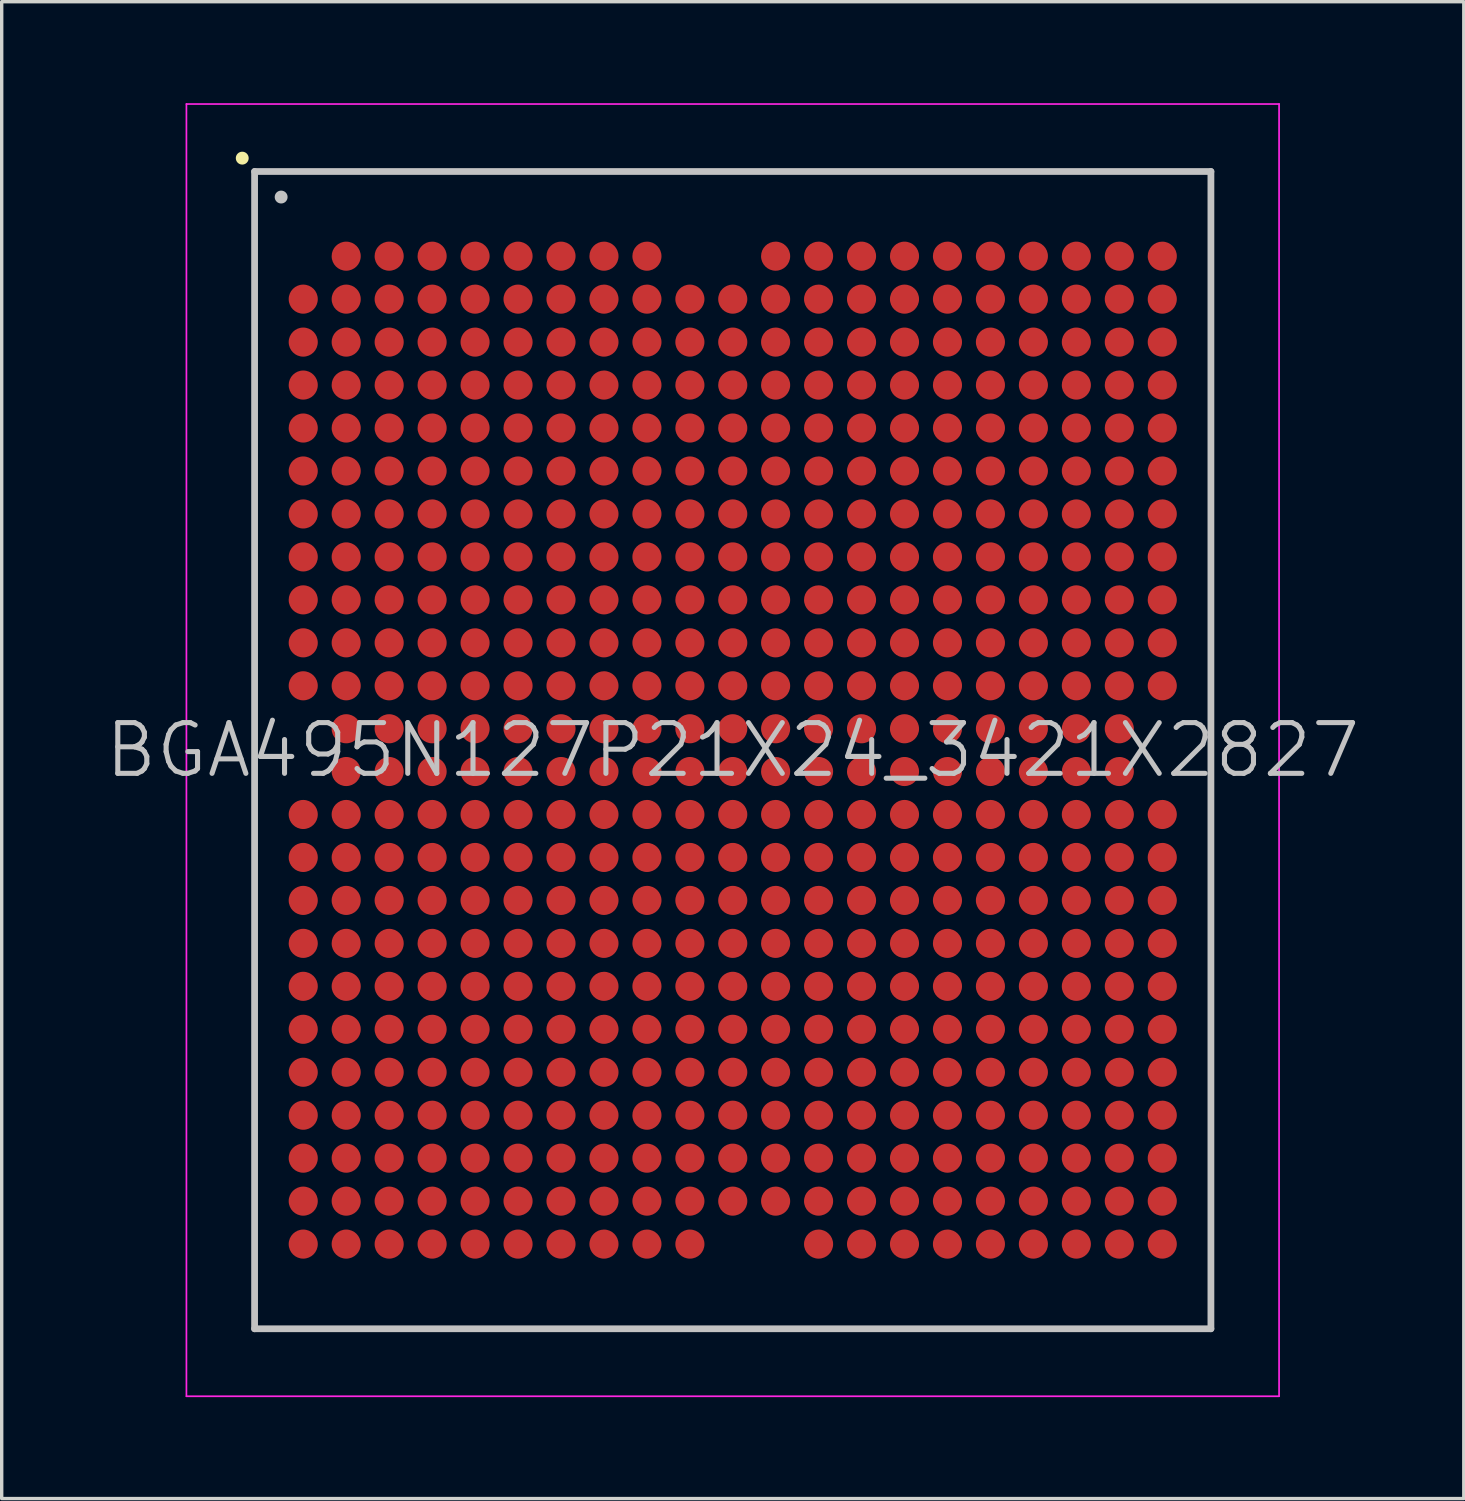
<source format=kicad_pcb>
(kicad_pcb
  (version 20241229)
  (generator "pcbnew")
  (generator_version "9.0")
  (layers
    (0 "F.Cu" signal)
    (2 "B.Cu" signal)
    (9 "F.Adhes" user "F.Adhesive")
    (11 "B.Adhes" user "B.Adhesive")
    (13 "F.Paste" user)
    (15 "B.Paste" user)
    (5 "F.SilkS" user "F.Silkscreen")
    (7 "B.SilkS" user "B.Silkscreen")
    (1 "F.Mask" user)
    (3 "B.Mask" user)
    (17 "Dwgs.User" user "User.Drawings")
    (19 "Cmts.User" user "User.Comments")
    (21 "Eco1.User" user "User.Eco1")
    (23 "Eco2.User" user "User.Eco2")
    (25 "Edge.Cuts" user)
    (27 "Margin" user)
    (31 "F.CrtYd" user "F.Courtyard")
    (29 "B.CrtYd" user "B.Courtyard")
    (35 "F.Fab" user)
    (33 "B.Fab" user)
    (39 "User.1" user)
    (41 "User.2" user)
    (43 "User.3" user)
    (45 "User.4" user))
  (footprint "BGA495N127P21X24_3421X2827"
    (layer "F.Cu")
    (at 18.611 19.125)
    (property "Reference" "BGA495N127P21X24_3421X2827" (at 0 0 0) (layer "Dwgs.User") (effects (font (size 1.5 1.5) (thickness 0.15))))
    (attr smd)
    (fp_line (start -14.5 -17.5) (end -14.5 -17.5) (stroke (width 0.381) (type solid)) (layer "F.SilkS"))
    (fp_line (start -14.135 -17.105) (end -14.135 17.105) (stroke (width 0.2) (type solid)) (layer "Dwgs.User"))
    (fp_line (start -14.135 -17.105) (end 14.135 -17.105) (stroke (width 0.2) (type solid)) (layer "Dwgs.User"))
    (fp_line (start -14.135 17.105) (end 14.135 17.105) (stroke (width 0.2) (type solid)) (layer "Dwgs.User"))
    (fp_line (start -13.35 -16.35) (end -13.35 -16.35) (stroke (width 0.381) (type solid)) (layer "Dwgs.User"))
    (fp_line (start 14.135 -17.105) (end 14.135 17.105) (stroke (width 0.2) (type solid)) (layer "Dwgs.User"))
    (fp_line (start -16.15 -19.1) (end -16.15 19.1) (stroke (width 0.05) (type solid)) (layer "F.CrtYd"))
    (fp_line (start -16.15 -19.1) (end 16.15 -19.1) (stroke (width 0.05) (type solid)) (layer "F.CrtYd"))
    (fp_line (start -16.15 19.1) (end 16.15 19.1) (stroke (width 0.05) (type solid)) (layer "F.CrtYd"))
    (fp_line (start 16.15 -19.1) (end 16.15 19.1) (stroke (width 0.05) (type solid)) (layer "F.CrtYd"))
    (pad "A2" smd circle (at -11.427 -14.602 270) (size 0.86 0.86) (layers "F.Cu" "F.Mask" "F.Paste"))
    (pad "A3" smd circle (at -10.157 -14.602 270) (size 0.86 0.86) (layers "F.Cu" "F.Mask" "F.Paste"))
    (pad "A4" smd circle (at -8.887 -14.602 270) (size 0.86 0.86) (layers "F.Cu" "F.Mask" "F.Paste"))
    (pad "A5" smd circle (at -7.617 -14.602 270) (size 0.86 0.86) (layers "F.Cu" "F.Mask" "F.Paste"))
    (pad "A6" smd circle (at -6.347 -14.602 270) (size 0.86 0.86) (layers "F.Cu" "F.Mask" "F.Paste"))
    (pad "A7" smd circle (at -5.077 -14.602 270) (size 0.86 0.86) (layers "F.Cu" "F.Mask" "F.Paste"))
    (pad "A8" smd circle (at -3.807 -14.602 270) (size 0.86 0.86) (layers "F.Cu" "F.Mask" "F.Paste"))
    (pad "A9" smd circle (at -2.537 -14.602 270) (size 0.86 0.86) (layers "F.Cu" "F.Mask" "F.Paste"))
    (pad "A12" smd circle (at 1.267 -14.602 270) (size 0.86 0.86) (layers "F.Cu" "F.Mask" "F.Paste"))
    (pad "A13" smd circle (at 2.537 -14.602 270) (size 0.86 0.86) (layers "F.Cu" "F.Mask" "F.Paste"))
    (pad "A14" smd circle (at 3.807 -14.602 270) (size 0.86 0.86) (layers "F.Cu" "F.Mask" "F.Paste"))
    (pad "A15" smd circle (at 5.077 -14.602 270) (size 0.86 0.86) (layers "F.Cu" "F.Mask" "F.Paste"))
    (pad "A16" smd circle (at 6.347 -14.602 270) (size 0.86 0.86) (layers "F.Cu" "F.Mask" "F.Paste"))
    (pad "A17" smd circle (at 7.617 -14.602 270) (size 0.86 0.86) (layers "F.Cu" "F.Mask" "F.Paste"))
    (pad "A18" smd circle (at 8.887 -14.602 270) (size 0.86 0.86) (layers "F.Cu" "F.Mask" "F.Paste"))
    (pad "A19" smd circle (at 10.157 -14.602 270) (size 0.86 0.86) (layers "F.Cu" "F.Mask" "F.Paste"))
    (pad "A20" smd circle (at 11.427 -14.602 270) (size 0.86 0.86) (layers "F.Cu" "F.Mask" "F.Paste"))
    (pad "A21" smd circle (at 12.697 -14.602 270) (size 0.86 0.86) (layers "F.Cu" "F.Mask" "F.Paste"))
    (pad "AA1" smd circle (at -12.697 10.792 270) (size 0.86 0.86) (layers "F.Cu" "F.Mask" "F.Paste"))
    (pad "AA2" smd circle (at -11.427 10.792 270) (size 0.86 0.86) (layers "F.Cu" "F.Mask" "F.Paste"))
    (pad "AA3" smd circle (at -10.157 10.792 270) (size 0.86 0.86) (layers "F.Cu" "F.Mask" "F.Paste"))
    (pad "AA4" smd circle (at -8.887 10.792 270) (size 0.86 0.86) (layers "F.Cu" "F.Mask" "F.Paste"))
    (pad "AA5" smd circle (at -7.617 10.792 270) (size 0.86 0.86) (layers "F.Cu" "F.Mask" "F.Paste"))
    (pad "AA6" smd circle (at -6.347 10.792 270) (size 0.86 0.86) (layers "F.Cu" "F.Mask" "F.Paste"))
    (pad "AA7" smd circle (at -5.077 10.792 270) (size 0.86 0.86) (layers "F.Cu" "F.Mask" "F.Paste"))
    (pad "AA8" smd circle (at -3.807 10.792 270) (size 0.86 0.86) (layers "F.Cu" "F.Mask" "F.Paste"))
    (pad "AA9" smd circle (at -2.537 10.792 270) (size 0.86 0.86) (layers "F.Cu" "F.Mask" "F.Paste"))
    (pad "AA10" smd circle (at -1.267 10.792 270) (size 0.86 0.86) (layers "F.Cu" "F.Mask" "F.Paste"))
    (pad "AA11" smd circle (at 0 10.792 270) (size 0.86 0.86) (layers "F.Cu" "F.Mask" "F.Paste"))
    (pad "AA12" smd circle (at 1.267 10.792 270) (size 0.86 0.86) (layers "F.Cu" "F.Mask" "F.Paste"))
    (pad "AA13" smd circle (at 2.537 10.792 270) (size 0.86 0.86) (layers "F.Cu" "F.Mask" "F.Paste"))
    (pad "AA14" smd circle (at 3.807 10.792 270) (size 0.86 0.86) (layers "F.Cu" "F.Mask" "F.Paste"))
    (pad "AA15" smd circle (at 5.077 10.792 270) (size 0.86 0.86) (layers "F.Cu" "F.Mask" "F.Paste"))
    (pad "AA16" smd circle (at 6.347 10.792 270) (size 0.86 0.86) (layers "F.Cu" "F.Mask" "F.Paste"))
    (pad "AA17" smd circle (at 7.617 10.792 270) (size 0.86 0.86) (layers "F.Cu" "F.Mask" "F.Paste"))
    (pad "AA18" smd circle (at 8.887 10.792 270) (size 0.86 0.86) (layers "F.Cu" "F.Mask" "F.Paste"))
    (pad "AA19" smd circle (at 10.157 10.792 270) (size 0.86 0.86) (layers "F.Cu" "F.Mask" "F.Paste"))
    (pad "AA20" smd circle (at 11.427 10.792 270) (size 0.86 0.86) (layers "F.Cu" "F.Mask" "F.Paste"))
    (pad "AA21" smd circle (at 12.697 10.792 270) (size 0.86 0.86) (layers "F.Cu" "F.Mask" "F.Paste"))
    (pad "AB1" smd circle (at -12.697 12.062 270) (size 0.86 0.86) (layers "F.Cu" "F.Mask" "F.Paste"))
    (pad "AB2" smd circle (at -11.427 12.062 270) (size 0.86 0.86) (layers "F.Cu" "F.Mask" "F.Paste"))
    (pad "AB3" smd circle (at -10.157 12.062 270) (size 0.86 0.86) (layers "F.Cu" "F.Mask" "F.Paste"))
    (pad "AB4" smd circle (at -8.887 12.062 270) (size 0.86 0.86) (layers "F.Cu" "F.Mask" "F.Paste"))
    (pad "AB5" smd circle (at -7.617 12.062 270) (size 0.86 0.86) (layers "F.Cu" "F.Mask" "F.Paste"))
    (pad "AB6" smd circle (at -6.347 12.062 270) (size 0.86 0.86) (layers "F.Cu" "F.Mask" "F.Paste"))
    (pad "AB7" smd circle (at -5.077 12.062 270) (size 0.86 0.86) (layers "F.Cu" "F.Mask" "F.Paste"))
    (pad "AB8" smd circle (at -3.807 12.062 270) (size 0.86 0.86) (layers "F.Cu" "F.Mask" "F.Paste"))
    (pad "AB9" smd circle (at -2.537 12.062 270) (size 0.86 0.86) (layers "F.Cu" "F.Mask" "F.Paste"))
    (pad "AB10" smd circle (at -1.267 12.062 270) (size 0.86 0.86) (layers "F.Cu" "F.Mask" "F.Paste"))
    (pad "AB11" smd circle (at 0 12.062 270) (size 0.86 0.86) (layers "F.Cu" "F.Mask" "F.Paste"))
    (pad "AB12" smd circle (at 1.267 12.062 270) (size 0.86 0.86) (layers "F.Cu" "F.Mask" "F.Paste"))
    (pad "AB13" smd circle (at 2.537 12.062 270) (size 0.86 0.86) (layers "F.Cu" "F.Mask" "F.Paste"))
    (pad "AB14" smd circle (at 3.807 12.062 270) (size 0.86 0.86) (layers "F.Cu" "F.Mask" "F.Paste"))
    (pad "AB15" smd circle (at 5.077 12.062 270) (size 0.86 0.86) (layers "F.Cu" "F.Mask" "F.Paste"))
    (pad "AB16" smd circle (at 6.347 12.062 270) (size 0.86 0.86) (layers "F.Cu" "F.Mask" "F.Paste"))
    (pad "AB17" smd circle (at 7.617 12.062 270) (size 0.86 0.86) (layers "F.Cu" "F.Mask" "F.Paste"))
    (pad "AB18" smd circle (at 8.887 12.062 270) (size 0.86 0.86) (layers "F.Cu" "F.Mask" "F.Paste"))
    (pad "AB19" smd circle (at 10.157 12.062 270) (size 0.86 0.86) (layers "F.Cu" "F.Mask" "F.Paste"))
    (pad "AB20" smd circle (at 11.427 12.062 270) (size 0.86 0.86) (layers "F.Cu" "F.Mask" "F.Paste"))
    (pad "AB21" smd circle (at 12.697 12.062 270) (size 0.86 0.86) (layers "F.Cu" "F.Mask" "F.Paste"))
    (pad "AC1" smd circle (at -12.697 13.332 270) (size 0.86 0.86) (layers "F.Cu" "F.Mask" "F.Paste"))
    (pad "AC2" smd circle (at -11.427 13.332 270) (size 0.86 0.86) (layers "F.Cu" "F.Mask" "F.Paste"))
    (pad "AC3" smd circle (at -10.157 13.332 270) (size 0.86 0.86) (layers "F.Cu" "F.Mask" "F.Paste"))
    (pad "AC4" smd circle (at -8.887 13.332 270) (size 0.86 0.86) (layers "F.Cu" "F.Mask" "F.Paste"))
    (pad "AC5" smd circle (at -7.617 13.332 270) (size 0.86 0.86) (layers "F.Cu" "F.Mask" "F.Paste"))
    (pad "AC6" smd circle (at -6.347 13.332 270) (size 0.86 0.86) (layers "F.Cu" "F.Mask" "F.Paste"))
    (pad "AC7" smd circle (at -5.077 13.332 270) (size 0.86 0.86) (layers "F.Cu" "F.Mask" "F.Paste"))
    (pad "AC8" smd circle (at -3.807 13.332 270) (size 0.86 0.86) (layers "F.Cu" "F.Mask" "F.Paste"))
    (pad "AC9" smd circle (at -2.537 13.332 270) (size 0.86 0.86) (layers "F.Cu" "F.Mask" "F.Paste"))
    (pad "AC10" smd circle (at -1.267 13.332 270) (size 0.86 0.86) (layers "F.Cu" "F.Mask" "F.Paste"))
    (pad "AC11" smd circle (at 0 13.332 270) (size 0.86 0.86) (layers "F.Cu" "F.Mask" "F.Paste"))
    (pad "AC12" smd circle (at 1.267 13.332 270) (size 0.86 0.86) (layers "F.Cu" "F.Mask" "F.Paste"))
    (pad "AC13" smd circle (at 2.537 13.332 270) (size 0.86 0.86) (layers "F.Cu" "F.Mask" "F.Paste"))
    (pad "AC14" smd circle (at 3.807 13.332 270) (size 0.86 0.86) (layers "F.Cu" "F.Mask" "F.Paste"))
    (pad "AC15" smd circle (at 5.077 13.332 270) (size 0.86 0.86) (layers "F.Cu" "F.Mask" "F.Paste"))
    (pad "AC16" smd circle (at 6.347 13.332 270) (size 0.86 0.86) (layers "F.Cu" "F.Mask" "F.Paste"))
    (pad "AC17" smd circle (at 7.617 13.332 270) (size 0.86 0.86) (layers "F.Cu" "F.Mask" "F.Paste"))
    (pad "AC18" smd circle (at 8.887 13.332 270) (size 0.86 0.86) (layers "F.Cu" "F.Mask" "F.Paste"))
    (pad "AC19" smd circle (at 10.157 13.332 270) (size 0.86 0.86) (layers "F.Cu" "F.Mask" "F.Paste"))
    (pad "AC20" smd circle (at 11.427 13.332 270) (size 0.86 0.86) (layers "F.Cu" "F.Mask" "F.Paste"))
    (pad "AC21" smd circle (at 12.697 13.332 270) (size 0.86 0.86) (layers "F.Cu" "F.Mask" "F.Paste"))
    (pad "AD1" smd circle (at -12.697 14.602 270) (size 0.86 0.86) (layers "F.Cu" "F.Mask" "F.Paste"))
    (pad "AD2" smd circle (at -11.427 14.602 270) (size 0.86 0.86) (layers "F.Cu" "F.Mask" "F.Paste"))
    (pad "AD3" smd circle (at -10.157 14.602 270) (size 0.86 0.86) (layers "F.Cu" "F.Mask" "F.Paste"))
    (pad "AD4" smd circle (at -8.887 14.602 270) (size 0.86 0.86) (layers "F.Cu" "F.Mask" "F.Paste"))
    (pad "AD5" smd circle (at -7.617 14.602 270) (size 0.86 0.86) (layers "F.Cu" "F.Mask" "F.Paste"))
    (pad "AD6" smd circle (at -6.347 14.602 270) (size 0.86 0.86) (layers "F.Cu" "F.Mask" "F.Paste"))
    (pad "AD7" smd circle (at -5.077 14.602 270) (size 0.86 0.86) (layers "F.Cu" "F.Mask" "F.Paste"))
    (pad "AD8" smd circle (at -3.807 14.602 270) (size 0.86 0.86) (layers "F.Cu" "F.Mask" "F.Paste"))
    (pad "AD9" smd circle (at -2.537 14.602 270) (size 0.86 0.86) (layers "F.Cu" "F.Mask" "F.Paste"))
    (pad "AD10" smd circle (at -1.267 14.602 270) (size 0.86 0.86) (layers "F.Cu" "F.Mask" "F.Paste"))
    (pad "AD13" smd circle (at 2.537 14.602 270) (size 0.86 0.86) (layers "F.Cu" "F.Mask" "F.Paste"))
    (pad "AD14" smd circle (at 3.807 14.602 270) (size 0.86 0.86) (layers "F.Cu" "F.Mask" "F.Paste"))
    (pad "AD15" smd circle (at 5.077 14.602 270) (size 0.86 0.86) (layers "F.Cu" "F.Mask" "F.Paste"))
    (pad "AD16" smd circle (at 6.347 14.602 270) (size 0.86 0.86) (layers "F.Cu" "F.Mask" "F.Paste"))
    (pad "AD17" smd circle (at 7.617 14.602 270) (size 0.86 0.86) (layers "F.Cu" "F.Mask" "F.Paste"))
    (pad "AD18" smd circle (at 8.887 14.602 270) (size 0.86 0.86) (layers "F.Cu" "F.Mask" "F.Paste"))
    (pad "AD19" smd circle (at 10.157 14.602 270) (size 0.86 0.86) (layers "F.Cu" "F.Mask" "F.Paste"))
    (pad "AD20" smd circle (at 11.427 14.602 270) (size 0.86 0.86) (layers "F.Cu" "F.Mask" "F.Paste"))
    (pad "AD21" smd circle (at 12.697 14.602 270) (size 0.86 0.86) (layers "F.Cu" "F.Mask" "F.Paste"))
    (pad "B1" smd circle (at -12.697 -13.332 270) (size 0.86 0.86) (layers "F.Cu" "F.Mask" "F.Paste"))
    (pad "B2" smd circle (at -11.427 -13.332 270) (size 0.86 0.86) (layers "F.Cu" "F.Mask" "F.Paste"))
    (pad "B3" smd circle (at -10.157 -13.332 270) (size 0.86 0.86) (layers "F.Cu" "F.Mask" "F.Paste"))
    (pad "B4" smd circle (at -8.887 -13.332 270) (size 0.86 0.86) (layers "F.Cu" "F.Mask" "F.Paste"))
    (pad "B5" smd circle (at -7.617 -13.332 270) (size 0.86 0.86) (layers "F.Cu" "F.Mask" "F.Paste"))
    (pad "B6" smd circle (at -6.347 -13.332 270) (size 0.86 0.86) (layers "F.Cu" "F.Mask" "F.Paste"))
    (pad "B7" smd circle (at -5.077 -13.332 270) (size 0.86 0.86) (layers "F.Cu" "F.Mask" "F.Paste"))
    (pad "B8" smd circle (at -3.807 -13.332 270) (size 0.86 0.86) (layers "F.Cu" "F.Mask" "F.Paste"))
    (pad "B9" smd circle (at -2.537 -13.332 270) (size 0.86 0.86) (layers "F.Cu" "F.Mask" "F.Paste"))
    (pad "B10" smd circle (at -1.267 -13.332 270) (size 0.86 0.86) (layers "F.Cu" "F.Mask" "F.Paste"))
    (pad "B11" smd circle (at 0 -13.332 270) (size 0.86 0.86) (layers "F.Cu" "F.Mask" "F.Paste"))
    (pad "B12" smd circle (at 1.267 -13.332 270) (size 0.86 0.86) (layers "F.Cu" "F.Mask" "F.Paste"))
    (pad "B13" smd circle (at 2.537 -13.332 270) (size 0.86 0.86) (layers "F.Cu" "F.Mask" "F.Paste"))
    (pad "B14" smd circle (at 3.807 -13.332 270) (size 0.86 0.86) (layers "F.Cu" "F.Mask" "F.Paste"))
    (pad "B15" smd circle (at 5.077 -13.332 270) (size 0.86 0.86) (layers "F.Cu" "F.Mask" "F.Paste"))
    (pad "B16" smd circle (at 6.347 -13.332 270) (size 0.86 0.86) (layers "F.Cu" "F.Mask" "F.Paste"))
    (pad "B17" smd circle (at 7.617 -13.332 270) (size 0.86 0.86) (layers "F.Cu" "F.Mask" "F.Paste"))
    (pad "B18" smd circle (at 8.887 -13.332 270) (size 0.86 0.86) (layers "F.Cu" "F.Mask" "F.Paste"))
    (pad "B19" smd circle (at 10.157 -13.332 270) (size 0.86 0.86) (layers "F.Cu" "F.Mask" "F.Paste"))
    (pad "B20" smd circle (at 11.427 -13.332 270) (size 0.86 0.86) (layers "F.Cu" "F.Mask" "F.Paste"))
    (pad "B21" smd circle (at 12.697 -13.332 270) (size 0.86 0.86) (layers "F.Cu" "F.Mask" "F.Paste"))
    (pad "C1" smd circle (at -12.697 -12.062 270) (size 0.86 0.86) (layers "F.Cu" "F.Mask" "F.Paste"))
    (pad "C2" smd circle (at -11.427 -12.062 270) (size 0.86 0.86) (layers "F.Cu" "F.Mask" "F.Paste"))
    (pad "C3" smd circle (at -10.157 -12.062 270) (size 0.86 0.86) (layers "F.Cu" "F.Mask" "F.Paste"))
    (pad "C4" smd circle (at -8.887 -12.062 270) (size 0.86 0.86) (layers "F.Cu" "F.Mask" "F.Paste"))
    (pad "C5" smd circle (at -7.617 -12.062 270) (size 0.86 0.86) (layers "F.Cu" "F.Mask" "F.Paste"))
    (pad "C6" smd circle (at -6.347 -12.062 270) (size 0.86 0.86) (layers "F.Cu" "F.Mask" "F.Paste"))
    (pad "C7" smd circle (at -5.077 -12.062 270) (size 0.86 0.86) (layers "F.Cu" "F.Mask" "F.Paste"))
    (pad "C8" smd circle (at -3.807 -12.062 270) (size 0.86 0.86) (layers "F.Cu" "F.Mask" "F.Paste"))
    (pad "C9" smd circle (at -2.537 -12.062 270) (size 0.86 0.86) (layers "F.Cu" "F.Mask" "F.Paste"))
    (pad "C10" smd circle (at -1.267 -12.062 270) (size 0.86 0.86) (layers "F.Cu" "F.Mask" "F.Paste"))
    (pad "C11" smd circle (at 0 -12.062 270) (size 0.86 0.86) (layers "F.Cu" "F.Mask" "F.Paste"))
    (pad "C12" smd circle (at 1.267 -12.062 270) (size 0.86 0.86) (layers "F.Cu" "F.Mask" "F.Paste"))
    (pad "C13" smd circle (at 2.537 -12.062 270) (size 0.86 0.86) (layers "F.Cu" "F.Mask" "F.Paste"))
    (pad "C14" smd circle (at 3.807 -12.062 270) (size 0.86 0.86) (layers "F.Cu" "F.Mask" "F.Paste"))
    (pad "C15" smd circle (at 5.077 -12.062 270) (size 0.86 0.86) (layers "F.Cu" "F.Mask" "F.Paste"))
    (pad "C16" smd circle (at 6.347 -12.062 270) (size 0.86 0.86) (layers "F.Cu" "F.Mask" "F.Paste"))
    (pad "C17" smd circle (at 7.617 -12.062 270) (size 0.86 0.86) (layers "F.Cu" "F.Mask" "F.Paste"))
    (pad "C18" smd circle (at 8.887 -12.062 270) (size 0.86 0.86) (layers "F.Cu" "F.Mask" "F.Paste"))
    (pad "C19" smd circle (at 10.157 -12.062 270) (size 0.86 0.86) (layers "F.Cu" "F.Mask" "F.Paste"))
    (pad "C20" smd circle (at 11.427 -12.062 270) (size 0.86 0.86) (layers "F.Cu" "F.Mask" "F.Paste"))
    (pad "C21" smd circle (at 12.697 -12.062 270) (size 0.86 0.86) (layers "F.Cu" "F.Mask" "F.Paste"))
    (pad "D1" smd circle (at -12.697 -10.792 270) (size 0.86 0.86) (layers "F.Cu" "F.Mask" "F.Paste"))
    (pad "D2" smd circle (at -11.427 -10.792 270) (size 0.86 0.86) (layers "F.Cu" "F.Mask" "F.Paste"))
    (pad "D3" smd circle (at -10.157 -10.792 270) (size 0.86 0.86) (layers "F.Cu" "F.Mask" "F.Paste"))
    (pad "D4" smd circle (at -8.887 -10.792 270) (size 0.86 0.86) (layers "F.Cu" "F.Mask" "F.Paste"))
    (pad "D5" smd circle (at -7.617 -10.792 270) (size 0.86 0.86) (layers "F.Cu" "F.Mask" "F.Paste"))
    (pad "D6" smd circle (at -6.347 -10.792 270) (size 0.86 0.86) (layers "F.Cu" "F.Mask" "F.Paste"))
    (pad "D7" smd circle (at -5.077 -10.792 270) (size 0.86 0.86) (layers "F.Cu" "F.Mask" "F.Paste"))
    (pad "D8" smd circle (at -3.807 -10.792 270) (size 0.86 0.86) (layers "F.Cu" "F.Mask" "F.Paste"))
    (pad "D9" smd circle (at -2.537 -10.792 270) (size 0.86 0.86) (layers "F.Cu" "F.Mask" "F.Paste"))
    (pad "D10" smd circle (at -1.267 -10.792 270) (size 0.86 0.86) (layers "F.Cu" "F.Mask" "F.Paste"))
    (pad "D11" smd circle (at 0 -10.792 270) (size 0.86 0.86) (layers "F.Cu" "F.Mask" "F.Paste"))
    (pad "D12" smd circle (at 1.267 -10.792 270) (size 0.86 0.86) (layers "F.Cu" "F.Mask" "F.Paste"))
    (pad "D13" smd circle (at 2.537 -10.792 270) (size 0.86 0.86) (layers "F.Cu" "F.Mask" "F.Paste"))
    (pad "D14" smd circle (at 3.807 -10.792 270) (size 0.86 0.86) (layers "F.Cu" "F.Mask" "F.Paste"))
    (pad "D15" smd circle (at 5.077 -10.792 270) (size 0.86 0.86) (layers "F.Cu" "F.Mask" "F.Paste"))
    (pad "D16" smd circle (at 6.347 -10.792 270) (size 0.86 0.86) (layers "F.Cu" "F.Mask" "F.Paste"))
    (pad "D17" smd circle (at 7.617 -10.792 270) (size 0.86 0.86) (layers "F.Cu" "F.Mask" "F.Paste"))
    (pad "D18" smd circle (at 8.887 -10.792 270) (size 0.86 0.86) (layers "F.Cu" "F.Mask" "F.Paste"))
    (pad "D19" smd circle (at 10.157 -10.792 270) (size 0.86 0.86) (layers "F.Cu" "F.Mask" "F.Paste"))
    (pad "D20" smd circle (at 11.427 -10.792 270) (size 0.86 0.86) (layers "F.Cu" "F.Mask" "F.Paste"))
    (pad "D21" smd circle (at 12.697 -10.792 270) (size 0.86 0.86) (layers "F.Cu" "F.Mask" "F.Paste"))
    (pad "E1" smd circle (at -12.697 -9.522 270) (size 0.86 0.86) (layers "F.Cu" "F.Mask" "F.Paste"))
    (pad "E2" smd circle (at -11.427 -9.522 270) (size 0.86 0.86) (layers "F.Cu" "F.Mask" "F.Paste"))
    (pad "E3" smd circle (at -10.157 -9.522 270) (size 0.86 0.86) (layers "F.Cu" "F.Mask" "F.Paste"))
    (pad "E4" smd circle (at -8.887 -9.522 270) (size 0.86 0.86) (layers "F.Cu" "F.Mask" "F.Paste"))
    (pad "E5" smd circle (at -7.617 -9.522 270) (size 0.86 0.86) (layers "F.Cu" "F.Mask" "F.Paste"))
    (pad "E6" smd circle (at -6.347 -9.522 270) (size 0.86 0.86) (layers "F.Cu" "F.Mask" "F.Paste"))
    (pad "E7" smd circle (at -5.077 -9.522 270) (size 0.86 0.86) (layers "F.Cu" "F.Mask" "F.Paste"))
    (pad "E8" smd circle (at -3.807 -9.522 270) (size 0.86 0.86) (layers "F.Cu" "F.Mask" "F.Paste"))
    (pad "E9" smd circle (at -2.537 -9.522 270) (size 0.86 0.86) (layers "F.Cu" "F.Mask" "F.Paste"))
    (pad "E10" smd circle (at -1.267 -9.522 270) (size 0.86 0.86) (layers "F.Cu" "F.Mask" "F.Paste"))
    (pad "E11" smd circle (at 0 -9.522 270) (size 0.86 0.86) (layers "F.Cu" "F.Mask" "F.Paste"))
    (pad "E12" smd circle (at 1.267 -9.522 270) (size 0.86 0.86) (layers "F.Cu" "F.Mask" "F.Paste"))
    (pad "E13" smd circle (at 2.537 -9.522 270) (size 0.86 0.86) (layers "F.Cu" "F.Mask" "F.Paste"))
    (pad "E14" smd circle (at 3.807 -9.522 270) (size 0.86 0.86) (layers "F.Cu" "F.Mask" "F.Paste"))
    (pad "E15" smd circle (at 5.077 -9.522 270) (size 0.86 0.86) (layers "F.Cu" "F.Mask" "F.Paste"))
    (pad "E16" smd circle (at 6.347 -9.522 270) (size 0.86 0.86) (layers "F.Cu" "F.Mask" "F.Paste"))
    (pad "E17" smd circle (at 7.617 -9.522 270) (size 0.86 0.86) (layers "F.Cu" "F.Mask" "F.Paste"))
    (pad "E18" smd circle (at 8.887 -9.522 270) (size 0.86 0.86) (layers "F.Cu" "F.Mask" "F.Paste"))
    (pad "E19" smd circle (at 10.157 -9.522 270) (size 0.86 0.86) (layers "F.Cu" "F.Mask" "F.Paste"))
    (pad "E20" smd circle (at 11.427 -9.522 270) (size 0.86 0.86) (layers "F.Cu" "F.Mask" "F.Paste"))
    (pad "E21" smd circle (at 12.697 -9.522 270) (size 0.86 0.86) (layers "F.Cu" "F.Mask" "F.Paste"))
    (pad "F1" smd circle (at -12.697 -8.252 270) (size 0.86 0.86) (layers "F.Cu" "F.Mask" "F.Paste"))
    (pad "F2" smd circle (at -11.427 -8.252 270) (size 0.86 0.86) (layers "F.Cu" "F.Mask" "F.Paste"))
    (pad "F3" smd circle (at -10.157 -8.252 270) (size 0.86 0.86) (layers "F.Cu" "F.Mask" "F.Paste"))
    (pad "F4" smd circle (at -8.887 -8.252 270) (size 0.86 0.86) (layers "F.Cu" "F.Mask" "F.Paste"))
    (pad "F5" smd circle (at -7.617 -8.252 270) (size 0.86 0.86) (layers "F.Cu" "F.Mask" "F.Paste"))
    (pad "F6" smd circle (at -6.347 -8.252 270) (size 0.86 0.86) (layers "F.Cu" "F.Mask" "F.Paste"))
    (pad "F7" smd circle (at -5.077 -8.252 270) (size 0.86 0.86) (layers "F.Cu" "F.Mask" "F.Paste"))
    (pad "F8" smd circle (at -3.807 -8.252 270) (size 0.86 0.86) (layers "F.Cu" "F.Mask" "F.Paste"))
    (pad "F9" smd circle (at -2.537 -8.252 270) (size 0.86 0.86) (layers "F.Cu" "F.Mask" "F.Paste"))
    (pad "F10" smd circle (at -1.267 -8.252 270) (size 0.86 0.86) (layers "F.Cu" "F.Mask" "F.Paste"))
    (pad "F11" smd circle (at 0 -8.252 270) (size 0.86 0.86) (layers "F.Cu" "F.Mask" "F.Paste"))
    (pad "F12" smd circle (at 1.267 -8.252 270) (size 0.86 0.86) (layers "F.Cu" "F.Mask" "F.Paste"))
    (pad "F13" smd circle (at 2.537 -8.252 270) (size 0.86 0.86) (layers "F.Cu" "F.Mask" "F.Paste"))
    (pad "F14" smd circle (at 3.807 -8.252 270) (size 0.86 0.86) (layers "F.Cu" "F.Mask" "F.Paste"))
    (pad "F15" smd circle (at 5.077 -8.252 270) (size 0.86 0.86) (layers "F.Cu" "F.Mask" "F.Paste"))
    (pad "F16" smd circle (at 6.347 -8.252 270) (size 0.86 0.86) (layers "F.Cu" "F.Mask" "F.Paste"))
    (pad "F17" smd circle (at 7.617 -8.252 270) (size 0.86 0.86) (layers "F.Cu" "F.Mask" "F.Paste"))
    (pad "F18" smd circle (at 8.887 -8.252 270) (size 0.86 0.86) (layers "F.Cu" "F.Mask" "F.Paste"))
    (pad "F19" smd circle (at 10.157 -8.252 270) (size 0.86 0.86) (layers "F.Cu" "F.Mask" "F.Paste"))
    (pad "F20" smd circle (at 11.427 -8.252 270) (size 0.86 0.86) (layers "F.Cu" "F.Mask" "F.Paste"))
    (pad "F21" smd circle (at 12.697 -8.252 270) (size 0.86 0.86) (layers "F.Cu" "F.Mask" "F.Paste"))
    (pad "G1" smd circle (at -12.697 -6.982 270) (size 0.86 0.86) (layers "F.Cu" "F.Mask" "F.Paste"))
    (pad "G2" smd circle (at -11.427 -6.982 270) (size 0.86 0.86) (layers "F.Cu" "F.Mask" "F.Paste"))
    (pad "G3" smd circle (at -10.157 -6.982 270) (size 0.86 0.86) (layers "F.Cu" "F.Mask" "F.Paste"))
    (pad "G4" smd circle (at -8.887 -6.982 270) (size 0.86 0.86) (layers "F.Cu" "F.Mask" "F.Paste"))
    (pad "G5" smd circle (at -7.617 -6.982 270) (size 0.86 0.86) (layers "F.Cu" "F.Mask" "F.Paste"))
    (pad "G6" smd circle (at -6.347 -6.982 270) (size 0.86 0.86) (layers "F.Cu" "F.Mask" "F.Paste"))
    (pad "G7" smd circle (at -5.077 -6.982 270) (size 0.86 0.86) (layers "F.Cu" "F.Mask" "F.Paste"))
    (pad "G8" smd circle (at -3.807 -6.982 270) (size 0.86 0.86) (layers "F.Cu" "F.Mask" "F.Paste"))
    (pad "G9" smd circle (at -2.537 -6.982 270) (size 0.86 0.86) (layers "F.Cu" "F.Mask" "F.Paste"))
    (pad "G10" smd circle (at -1.267 -6.982 270) (size 0.86 0.86) (layers "F.Cu" "F.Mask" "F.Paste"))
    (pad "G11" smd circle (at 0 -6.982 270) (size 0.86 0.86) (layers "F.Cu" "F.Mask" "F.Paste"))
    (pad "G12" smd circle (at 1.267 -6.982 270) (size 0.86 0.86) (layers "F.Cu" "F.Mask" "F.Paste"))
    (pad "G13" smd circle (at 2.537 -6.982 270) (size 0.86 0.86) (layers "F.Cu" "F.Mask" "F.Paste"))
    (pad "G14" smd circle (at 3.807 -6.982 270) (size 0.86 0.86) (layers "F.Cu" "F.Mask" "F.Paste"))
    (pad "G15" smd circle (at 5.077 -6.982 270) (size 0.86 0.86) (layers "F.Cu" "F.Mask" "F.Paste"))
    (pad "G16" smd circle (at 6.347 -6.982 270) (size 0.86 0.86) (layers "F.Cu" "F.Mask" "F.Paste"))
    (pad "G17" smd circle (at 7.617 -6.982 270) (size 0.86 0.86) (layers "F.Cu" "F.Mask" "F.Paste"))
    (pad "G18" smd circle (at 8.887 -6.982 270) (size 0.86 0.86) (layers "F.Cu" "F.Mask" "F.Paste"))
    (pad "G19" smd circle (at 10.157 -6.982 270) (size 0.86 0.86) (layers "F.Cu" "F.Mask" "F.Paste"))
    (pad "G20" smd circle (at 11.427 -6.982 270) (size 0.86 0.86) (layers "F.Cu" "F.Mask" "F.Paste"))
    (pad "G21" smd circle (at 12.697 -6.982 270) (size 0.86 0.86) (layers "F.Cu" "F.Mask" "F.Paste"))
    (pad "H1" smd circle (at -12.697 -5.712 270) (size 0.86 0.86) (layers "F.Cu" "F.Mask" "F.Paste"))
    (pad "H2" smd circle (at -11.427 -5.712 270) (size 0.86 0.86) (layers "F.Cu" "F.Mask" "F.Paste"))
    (pad "H3" smd circle (at -10.157 -5.712 270) (size 0.86 0.86) (layers "F.Cu" "F.Mask" "F.Paste"))
    (pad "H4" smd circle (at -8.887 -5.712 270) (size 0.86 0.86) (layers "F.Cu" "F.Mask" "F.Paste"))
    (pad "H5" smd circle (at -7.617 -5.712 270) (size 0.86 0.86) (layers "F.Cu" "F.Mask" "F.Paste"))
    (pad "H6" smd circle (at -6.347 -5.712 270) (size 0.86 0.86) (layers "F.Cu" "F.Mask" "F.Paste"))
    (pad "H7" smd circle (at -5.077 -5.712 270) (size 0.86 0.86) (layers "F.Cu" "F.Mask" "F.Paste"))
    (pad "H8" smd circle (at -3.807 -5.712 270) (size 0.86 0.86) (layers "F.Cu" "F.Mask" "F.Paste"))
    (pad "H9" smd circle (at -2.537 -5.712 270) (size 0.86 0.86) (layers "F.Cu" "F.Mask" "F.Paste"))
    (pad "H10" smd circle (at -1.267 -5.712 270) (size 0.86 0.86) (layers "F.Cu" "F.Mask" "F.Paste"))
    (pad "H11" smd circle (at 0 -5.712 270) (size 0.86 0.86) (layers "F.Cu" "F.Mask" "F.Paste"))
    (pad "H12" smd circle (at 1.267 -5.712 270) (size 0.86 0.86) (layers "F.Cu" "F.Mask" "F.Paste"))
    (pad "H13" smd circle (at 2.537 -5.712 270) (size 0.86 0.86) (layers "F.Cu" "F.Mask" "F.Paste"))
    (pad "H14" smd circle (at 3.807 -5.712 270) (size 0.86 0.86) (layers "F.Cu" "F.Mask" "F.Paste"))
    (pad "H15" smd circle (at 5.077 -5.712 270) (size 0.86 0.86) (layers "F.Cu" "F.Mask" "F.Paste"))
    (pad "H16" smd circle (at 6.347 -5.712 270) (size 0.86 0.86) (layers "F.Cu" "F.Mask" "F.Paste"))
    (pad "H17" smd circle (at 7.617 -5.712 270) (size 0.86 0.86) (layers "F.Cu" "F.Mask" "F.Paste"))
    (pad "H18" smd circle (at 8.887 -5.712 270) (size 0.86 0.86) (layers "F.Cu" "F.Mask" "F.Paste"))
    (pad "H19" smd circle (at 10.157 -5.712 270) (size 0.86 0.86) (layers "F.Cu" "F.Mask" "F.Paste"))
    (pad "H20" smd circle (at 11.427 -5.712 270) (size 0.86 0.86) (layers "F.Cu" "F.Mask" "F.Paste"))
    (pad "H21" smd circle (at 12.697 -5.712 270) (size 0.86 0.86) (layers "F.Cu" "F.Mask" "F.Paste"))
    (pad "J1" smd circle (at -12.697 -4.442 270) (size 0.86 0.86) (layers "F.Cu" "F.Mask" "F.Paste"))
    (pad "J2" smd circle (at -11.427 -4.442 270) (size 0.86 0.86) (layers "F.Cu" "F.Mask" "F.Paste"))
    (pad "J3" smd circle (at -10.157 -4.442 270) (size 0.86 0.86) (layers "F.Cu" "F.Mask" "F.Paste"))
    (pad "J4" smd circle (at -8.887 -4.442 270) (size 0.86 0.86) (layers "F.Cu" "F.Mask" "F.Paste"))
    (pad "J5" smd circle (at -7.617 -4.442 270) (size 0.86 0.86) (layers "F.Cu" "F.Mask" "F.Paste"))
    (pad "J6" smd circle (at -6.347 -4.442 270) (size 0.86 0.86) (layers "F.Cu" "F.Mask" "F.Paste"))
    (pad "J7" smd circle (at -5.077 -4.442 270) (size 0.86 0.86) (layers "F.Cu" "F.Mask" "F.Paste"))
    (pad "J8" smd circle (at -3.807 -4.442 270) (size 0.86 0.86) (layers "F.Cu" "F.Mask" "F.Paste"))
    (pad "J9" smd circle (at -2.537 -4.442 270) (size 0.86 0.86) (layers "F.Cu" "F.Mask" "F.Paste"))
    (pad "J10" smd circle (at -1.267 -4.442 270) (size 0.86 0.86) (layers "F.Cu" "F.Mask" "F.Paste"))
    (pad "J11" smd circle (at 0 -4.442 270) (size 0.86 0.86) (layers "F.Cu" "F.Mask" "F.Paste"))
    (pad "J12" smd circle (at 1.267 -4.442 270) (size 0.86 0.86) (layers "F.Cu" "F.Mask" "F.Paste"))
    (pad "J13" smd circle (at 2.537 -4.442 270) (size 0.86 0.86) (layers "F.Cu" "F.Mask" "F.Paste"))
    (pad "J14" smd circle (at 3.807 -4.442 270) (size 0.86 0.86) (layers "F.Cu" "F.Mask" "F.Paste"))
    (pad "J15" smd circle (at 5.077 -4.442 270) (size 0.86 0.86) (layers "F.Cu" "F.Mask" "F.Paste"))
    (pad "J16" smd circle (at 6.347 -4.442 270) (size 0.86 0.86) (layers "F.Cu" "F.Mask" "F.Paste"))
    (pad "J17" smd circle (at 7.617 -4.442 270) (size 0.86 0.86) (layers "F.Cu" "F.Mask" "F.Paste"))
    (pad "J18" smd circle (at 8.887 -4.442 270) (size 0.86 0.86) (layers "F.Cu" "F.Mask" "F.Paste"))
    (pad "J19" smd circle (at 10.157 -4.442 270) (size 0.86 0.86) (layers "F.Cu" "F.Mask" "F.Paste"))
    (pad "J20" smd circle (at 11.427 -4.442 270) (size 0.86 0.86) (layers "F.Cu" "F.Mask" "F.Paste"))
    (pad "J21" smd circle (at 12.697 -4.442 270) (size 0.86 0.86) (layers "F.Cu" "F.Mask" "F.Paste"))
    (pad "K1" smd circle (at -12.697 -3.172 270) (size 0.86 0.86) (layers "F.Cu" "F.Mask" "F.Paste"))
    (pad "K2" smd circle (at -11.427 -3.172 270) (size 0.86 0.86) (layers "F.Cu" "F.Mask" "F.Paste"))
    (pad "K3" smd circle (at -10.157 -3.172 270) (size 0.86 0.86) (layers "F.Cu" "F.Mask" "F.Paste"))
    (pad "K4" smd circle (at -8.887 -3.172 270) (size 0.86 0.86) (layers "F.Cu" "F.Mask" "F.Paste"))
    (pad "K5" smd circle (at -7.617 -3.172 270) (size 0.86 0.86) (layers "F.Cu" "F.Mask" "F.Paste"))
    (pad "K6" smd circle (at -6.347 -3.172 270) (size 0.86 0.86) (layers "F.Cu" "F.Mask" "F.Paste"))
    (pad "K7" smd circle (at -5.077 -3.172 270) (size 0.86 0.86) (layers "F.Cu" "F.Mask" "F.Paste"))
    (pad "K8" smd circle (at -3.807 -3.172 270) (size 0.86 0.86) (layers "F.Cu" "F.Mask" "F.Paste"))
    (pad "K9" smd circle (at -2.537 -3.172 270) (size 0.86 0.86) (layers "F.Cu" "F.Mask" "F.Paste"))
    (pad "K10" smd circle (at -1.267 -3.172 270) (size 0.86 0.86) (layers "F.Cu" "F.Mask" "F.Paste"))
    (pad "K11" smd circle (at 0 -3.172 270) (size 0.86 0.86) (layers "F.Cu" "F.Mask" "F.Paste"))
    (pad "K12" smd circle (at 1.267 -3.172 270) (size 0.86 0.86) (layers "F.Cu" "F.Mask" "F.Paste"))
    (pad "K13" smd circle (at 2.537 -3.172 270) (size 0.86 0.86) (layers "F.Cu" "F.Mask" "F.Paste"))
    (pad "K14" smd circle (at 3.807 -3.172 270) (size 0.86 0.86) (layers "F.Cu" "F.Mask" "F.Paste"))
    (pad "K15" smd circle (at 5.077 -3.172 270) (size 0.86 0.86) (layers "F.Cu" "F.Mask" "F.Paste"))
    (pad "K16" smd circle (at 6.347 -3.172 270) (size 0.86 0.86) (layers "F.Cu" "F.Mask" "F.Paste"))
    (pad "K17" smd circle (at 7.617 -3.172 270) (size 0.86 0.86) (layers "F.Cu" "F.Mask" "F.Paste"))
    (pad "K18" smd circle (at 8.887 -3.172 270) (size 0.86 0.86) (layers "F.Cu" "F.Mask" "F.Paste"))
    (pad "K19" smd circle (at 10.157 -3.172 270) (size 0.86 0.86) (layers "F.Cu" "F.Mask" "F.Paste"))
    (pad "K20" smd circle (at 11.427 -3.172 270) (size 0.86 0.86) (layers "F.Cu" "F.Mask" "F.Paste"))
    (pad "K21" smd circle (at 12.697 -3.172 270) (size 0.86 0.86) (layers "F.Cu" "F.Mask" "F.Paste"))
    (pad "L1" smd circle (at -12.697 -1.902 270) (size 0.86 0.86) (layers "F.Cu" "F.Mask" "F.Paste"))
    (pad "L2" smd circle (at -11.427 -1.902 270) (size 0.86 0.86) (layers "F.Cu" "F.Mask" "F.Paste"))
    (pad "L3" smd circle (at -10.157 -1.902 270) (size 0.86 0.86) (layers "F.Cu" "F.Mask" "F.Paste"))
    (pad "L4" smd circle (at -8.887 -1.902 270) (size 0.86 0.86) (layers "F.Cu" "F.Mask" "F.Paste"))
    (pad "L5" smd circle (at -7.617 -1.902 270) (size 0.86 0.86) (layers "F.Cu" "F.Mask" "F.Paste"))
    (pad "L6" smd circle (at -6.347 -1.902 270) (size 0.86 0.86) (layers "F.Cu" "F.Mask" "F.Paste"))
    (pad "L7" smd circle (at -5.077 -1.902 270) (size 0.86 0.86) (layers "F.Cu" "F.Mask" "F.Paste"))
    (pad "L8" smd circle (at -3.807 -1.902 270) (size 0.86 0.86) (layers "F.Cu" "F.Mask" "F.Paste"))
    (pad "L9" smd circle (at -2.537 -1.902 270) (size 0.86 0.86) (layers "F.Cu" "F.Mask" "F.Paste"))
    (pad "L10" smd circle (at -1.267 -1.902 270) (size 0.86 0.86) (layers "F.Cu" "F.Mask" "F.Paste"))
    (pad "L11" smd circle (at 0 -1.902 270) (size 0.86 0.86) (layers "F.Cu" "F.Mask" "F.Paste"))
    (pad "L12" smd circle (at 1.267 -1.902 270) (size 0.86 0.86) (layers "F.Cu" "F.Mask" "F.Paste"))
    (pad "L13" smd circle (at 2.537 -1.902 270) (size 0.86 0.86) (layers "F.Cu" "F.Mask" "F.Paste"))
    (pad "L14" smd circle (at 3.807 -1.902 270) (size 0.86 0.86) (layers "F.Cu" "F.Mask" "F.Paste"))
    (pad "L15" smd circle (at 5.077 -1.902 270) (size 0.86 0.86) (layers "F.Cu" "F.Mask" "F.Paste"))
    (pad "L16" smd circle (at 6.347 -1.902 270) (size 0.86 0.86) (layers "F.Cu" "F.Mask" "F.Paste"))
    (pad "L17" smd circle (at 7.617 -1.902 270) (size 0.86 0.86) (layers "F.Cu" "F.Mask" "F.Paste"))
    (pad "L18" smd circle (at 8.887 -1.902 270) (size 0.86 0.86) (layers "F.Cu" "F.Mask" "F.Paste"))
    (pad "L19" smd circle (at 10.157 -1.902 270) (size 0.86 0.86) (layers "F.Cu" "F.Mask" "F.Paste"))
    (pad "L20" smd circle (at 11.427 -1.902 270) (size 0.86 0.86) (layers "F.Cu" "F.Mask" "F.Paste"))
    (pad "L21" smd circle (at 12.697 -1.902 270) (size 0.86 0.86) (layers "F.Cu" "F.Mask" "F.Paste"))
    (pad "M2" smd circle (at -11.427 -0.632 270) (size 0.86 0.86) (layers "F.Cu" "F.Mask" "F.Paste"))
    (pad "M3" smd circle (at -10.157 -0.632 270) (size 0.86 0.86) (layers "F.Cu" "F.Mask" "F.Paste"))
    (pad "M4" smd circle (at -8.887 -0.632 270) (size 0.86 0.86) (layers "F.Cu" "F.Mask" "F.Paste"))
    (pad "M5" smd circle (at -7.617 -0.632 270) (size 0.86 0.86) (layers "F.Cu" "F.Mask" "F.Paste"))
    (pad "M6" smd circle (at -6.347 -0.632 270) (size 0.86 0.86) (layers "F.Cu" "F.Mask" "F.Paste"))
    (pad "M7" smd circle (at -5.077 -0.632 270) (size 0.86 0.86) (layers "F.Cu" "F.Mask" "F.Paste"))
    (pad "M8" smd circle (at -3.807 -0.632 270) (size 0.86 0.86) (layers "F.Cu" "F.Mask" "F.Paste"))
    (pad "M9" smd circle (at -2.537 -0.632 270) (size 0.86 0.86) (layers "F.Cu" "F.Mask" "F.Paste"))
    (pad "M10" smd circle (at -1.267 -0.632 270) (size 0.86 0.86) (layers "F.Cu" "F.Mask" "F.Paste"))
    (pad "M11" smd circle (at 0 -0.632 270) (size 0.86 0.86) (layers "F.Cu" "F.Mask" "F.Paste"))
    (pad "M12" smd circle (at 1.267 -0.632 270) (size 0.86 0.86) (layers "F.Cu" "F.Mask" "F.Paste"))
    (pad "M13" smd circle (at 2.537 -0.632 270) (size 0.86 0.86) (layers "F.Cu" "F.Mask" "F.Paste"))
    (pad "M14" smd circle (at 3.807 -0.632 270) (size 0.86 0.86) (layers "F.Cu" "F.Mask" "F.Paste"))
    (pad "M15" smd circle (at 5.077 -0.632 270) (size 0.86 0.86) (layers "F.Cu" "F.Mask" "F.Paste"))
    (pad "M16" smd circle (at 6.347 -0.632 270) (size 0.86 0.86) (layers "F.Cu" "F.Mask" "F.Paste"))
    (pad "M17" smd circle (at 7.617 -0.632 270) (size 0.86 0.86) (layers "F.Cu" "F.Mask" "F.Paste"))
    (pad "M18" smd circle (at 8.887 -0.632 270) (size 0.86 0.86) (layers "F.Cu" "F.Mask" "F.Paste"))
    (pad "M19" smd circle (at 10.157 -0.632 270) (size 0.86 0.86) (layers "F.Cu" "F.Mask" "F.Paste"))
    (pad "M20" smd circle (at 11.427 -0.632 270) (size 0.86 0.86) (layers "F.Cu" "F.Mask" "F.Paste"))
    (pad "N2" smd circle (at -11.427 0.632 270) (size 0.86 0.86) (layers "F.Cu" "F.Mask" "F.Paste"))
    (pad "N3" smd circle (at -10.157 0.632 270) (size 0.86 0.86) (layers "F.Cu" "F.Mask" "F.Paste"))
    (pad "N4" smd circle (at -8.887 0.632 270) (size 0.86 0.86) (layers "F.Cu" "F.Mask" "F.Paste"))
    (pad "N5" smd circle (at -7.617 0.632 270) (size 0.86 0.86) (layers "F.Cu" "F.Mask" "F.Paste"))
    (pad "N6" smd circle (at -6.347 0.632 270) (size 0.86 0.86) (layers "F.Cu" "F.Mask" "F.Paste"))
    (pad "N7" smd circle (at -5.077 0.632 270) (size 0.86 0.86) (layers "F.Cu" "F.Mask" "F.Paste"))
    (pad "N8" smd circle (at -3.807 0.632 270) (size 0.86 0.86) (layers "F.Cu" "F.Mask" "F.Paste"))
    (pad "N9" smd circle (at -2.537 0.632 270) (size 0.86 0.86) (layers "F.Cu" "F.Mask" "F.Paste"))
    (pad "N10" smd circle (at -1.267 0.632 270) (size 0.86 0.86) (layers "F.Cu" "F.Mask" "F.Paste"))
    (pad "N11" smd circle (at 0 0.632 270) (size 0.86 0.86) (layers "F.Cu" "F.Mask" "F.Paste"))
    (pad "N12" smd circle (at 1.267 0.632 270) (size 0.86 0.86) (layers "F.Cu" "F.Mask" "F.Paste"))
    (pad "N13" smd circle (at 2.537 0.632 270) (size 0.86 0.86) (layers "F.Cu" "F.Mask" "F.Paste"))
    (pad "N14" smd circle (at 3.807 0.632 270) (size 0.86 0.86) (layers "F.Cu" "F.Mask" "F.Paste"))
    (pad "N15" smd circle (at 5.077 0.632 270) (size 0.86 0.86) (layers "F.Cu" "F.Mask" "F.Paste"))
    (pad "N16" smd circle (at 6.347 0.632 270) (size 0.86 0.86) (layers "F.Cu" "F.Mask" "F.Paste"))
    (pad "N17" smd circle (at 7.617 0.632 270) (size 0.86 0.86) (layers "F.Cu" "F.Mask" "F.Paste"))
    (pad "N18" smd circle (at 8.887 0.632 270) (size 0.86 0.86) (layers "F.Cu" "F.Mask" "F.Paste"))
    (pad "N19" smd circle (at 10.157 0.632 270) (size 0.86 0.86) (layers "F.Cu" "F.Mask" "F.Paste"))
    (pad "N20" smd circle (at 11.427 0.632 270) (size 0.86 0.86) (layers "F.Cu" "F.Mask" "F.Paste"))
    (pad "P1" smd circle (at -12.697 1.902 270) (size 0.86 0.86) (layers "F.Cu" "F.Mask" "F.Paste"))
    (pad "P2" smd circle (at -11.427 1.902 270) (size 0.86 0.86) (layers "F.Cu" "F.Mask" "F.Paste"))
    (pad "P3" smd circle (at -10.157 1.902 270) (size 0.86 0.86) (layers "F.Cu" "F.Mask" "F.Paste"))
    (pad "P4" smd circle (at -8.887 1.902 270) (size 0.86 0.86) (layers "F.Cu" "F.Mask" "F.Paste"))
    (pad "P5" smd circle (at -7.617 1.902 270) (size 0.86 0.86) (layers "F.Cu" "F.Mask" "F.Paste"))
    (pad "P6" smd circle (at -6.347 1.902 270) (size 0.86 0.86) (layers "F.Cu" "F.Mask" "F.Paste"))
    (pad "P7" smd circle (at -5.077 1.902 270) (size 0.86 0.86) (layers "F.Cu" "F.Mask" "F.Paste"))
    (pad "P8" smd circle (at -3.807 1.902 270) (size 0.86 0.86) (layers "F.Cu" "F.Mask" "F.Paste"))
    (pad "P9" smd circle (at -2.537 1.902 270) (size 0.86 0.86) (layers "F.Cu" "F.Mask" "F.Paste"))
    (pad "P10" smd circle (at -1.267 1.902 270) (size 0.86 0.86) (layers "F.Cu" "F.Mask" "F.Paste"))
    (pad "P11" smd circle (at 0 1.902 270) (size 0.86 0.86) (layers "F.Cu" "F.Mask" "F.Paste"))
    (pad "P12" smd circle (at 1.267 1.902 270) (size 0.86 0.86) (layers "F.Cu" "F.Mask" "F.Paste"))
    (pad "P13" smd circle (at 2.537 1.902 270) (size 0.86 0.86) (layers "F.Cu" "F.Mask" "F.Paste"))
    (pad "P14" smd circle (at 3.807 1.902 270) (size 0.86 0.86) (layers "F.Cu" "F.Mask" "F.Paste"))
    (pad "P15" smd circle (at 5.077 1.902 270) (size 0.86 0.86) (layers "F.Cu" "F.Mask" "F.Paste"))
    (pad "P16" smd circle (at 6.347 1.902 270) (size 0.86 0.86) (layers "F.Cu" "F.Mask" "F.Paste"))
    (pad "P17" smd circle (at 7.617 1.902 270) (size 0.86 0.86) (layers "F.Cu" "F.Mask" "F.Paste"))
    (pad "P18" smd circle (at 8.887 1.902 270) (size 0.86 0.86) (layers "F.Cu" "F.Mask" "F.Paste"))
    (pad "P19" smd circle (at 10.157 1.902 270) (size 0.86 0.86) (layers "F.Cu" "F.Mask" "F.Paste"))
    (pad "P20" smd circle (at 11.427 1.902 270) (size 0.86 0.86) (layers "F.Cu" "F.Mask" "F.Paste"))
    (pad "P21" smd circle (at 12.697 1.902 270) (size 0.86 0.86) (layers "F.Cu" "F.Mask" "F.Paste"))
    (pad "R1" smd circle (at -12.697 3.172 270) (size 0.86 0.86) (layers "F.Cu" "F.Mask" "F.Paste"))
    (pad "R2" smd circle (at -11.427 3.172 270) (size 0.86 0.86) (layers "F.Cu" "F.Mask" "F.Paste"))
    (pad "R3" smd circle (at -10.157 3.172 270) (size 0.86 0.86) (layers "F.Cu" "F.Mask" "F.Paste"))
    (pad "R4" smd circle (at -8.887 3.172 270) (size 0.86 0.86) (layers "F.Cu" "F.Mask" "F.Paste"))
    (pad "R5" smd circle (at -7.617 3.172 270) (size 0.86 0.86) (layers "F.Cu" "F.Mask" "F.Paste"))
    (pad "R6" smd circle (at -6.347 3.172 270) (size 0.86 0.86) (layers "F.Cu" "F.Mask" "F.Paste"))
    (pad "R7" smd circle (at -5.077 3.172 270) (size 0.86 0.86) (layers "F.Cu" "F.Mask" "F.Paste"))
    (pad "R8" smd circle (at -3.807 3.172 270) (size 0.86 0.86) (layers "F.Cu" "F.Mask" "F.Paste"))
    (pad "R9" smd circle (at -2.537 3.172 270) (size 0.86 0.86) (layers "F.Cu" "F.Mask" "F.Paste"))
    (pad "R10" smd circle (at -1.267 3.172 270) (size 0.86 0.86) (layers "F.Cu" "F.Mask" "F.Paste"))
    (pad "R11" smd circle (at 0 3.172 270) (size 0.86 0.86) (layers "F.Cu" "F.Mask" "F.Paste"))
    (pad "R12" smd circle (at 1.267 3.172 270) (size 0.86 0.86) (layers "F.Cu" "F.Mask" "F.Paste"))
    (pad "R13" smd circle (at 2.537 3.172 270) (size 0.86 0.86) (layers "F.Cu" "F.Mask" "F.Paste"))
    (pad "R14" smd circle (at 3.807 3.172 270) (size 0.86 0.86) (layers "F.Cu" "F.Mask" "F.Paste"))
    (pad "R15" smd circle (at 5.077 3.172 270) (size 0.86 0.86) (layers "F.Cu" "F.Mask" "F.Paste"))
    (pad "R16" smd circle (at 6.347 3.172 270) (size 0.86 0.86) (layers "F.Cu" "F.Mask" "F.Paste"))
    (pad "R17" smd circle (at 7.617 3.172 270) (size 0.86 0.86) (layers "F.Cu" "F.Mask" "F.Paste"))
    (pad "R18" smd circle (at 8.887 3.172 270) (size 0.86 0.86) (layers "F.Cu" "F.Mask" "F.Paste"))
    (pad "R19" smd circle (at 10.157 3.172 270) (size 0.86 0.86) (layers "F.Cu" "F.Mask" "F.Paste"))
    (pad "R20" smd circle (at 11.427 3.172 270) (size 0.86 0.86) (layers "F.Cu" "F.Mask" "F.Paste"))
    (pad "R21" smd circle (at 12.697 3.172 270) (size 0.86 0.86) (layers "F.Cu" "F.Mask" "F.Paste"))
    (pad "T1" smd circle (at -12.697 4.442 270) (size 0.86 0.86) (layers "F.Cu" "F.Mask" "F.Paste"))
    (pad "T2" smd circle (at -11.427 4.442 270) (size 0.86 0.86) (layers "F.Cu" "F.Mask" "F.Paste"))
    (pad "T3" smd circle (at -10.157 4.442 270) (size 0.86 0.86) (layers "F.Cu" "F.Mask" "F.Paste"))
    (pad "T4" smd circle (at -8.887 4.442 270) (size 0.86 0.86) (layers "F.Cu" "F.Mask" "F.Paste"))
    (pad "T5" smd circle (at -7.617 4.442 270) (size 0.86 0.86) (layers "F.Cu" "F.Mask" "F.Paste"))
    (pad "T6" smd circle (at -6.347 4.442 270) (size 0.86 0.86) (layers "F.Cu" "F.Mask" "F.Paste"))
    (pad "T7" smd circle (at -5.077 4.442 270) (size 0.86 0.86) (layers "F.Cu" "F.Mask" "F.Paste"))
    (pad "T8" smd circle (at -3.807 4.442 270) (size 0.86 0.86) (layers "F.Cu" "F.Mask" "F.Paste"))
    (pad "T9" smd circle (at -2.537 4.442 270) (size 0.86 0.86) (layers "F.Cu" "F.Mask" "F.Paste"))
    (pad "T10" smd circle (at -1.267 4.442 270) (size 0.86 0.86) (layers "F.Cu" "F.Mask" "F.Paste"))
    (pad "T11" smd circle (at 0 4.442 270) (size 0.86 0.86) (layers "F.Cu" "F.Mask" "F.Paste"))
    (pad "T12" smd circle (at 1.267 4.442 270) (size 0.86 0.86) (layers "F.Cu" "F.Mask" "F.Paste"))
    (pad "T13" smd circle (at 2.537 4.442 270) (size 0.86 0.86) (layers "F.Cu" "F.Mask" "F.Paste"))
    (pad "T14" smd circle (at 3.807 4.442 270) (size 0.86 0.86) (layers "F.Cu" "F.Mask" "F.Paste"))
    (pad "T15" smd circle (at 5.077 4.442 270) (size 0.86 0.86) (layers "F.Cu" "F.Mask" "F.Paste"))
    (pad "T16" smd circle (at 6.347 4.442 270) (size 0.86 0.86) (layers "F.Cu" "F.Mask" "F.Paste"))
    (pad "T17" smd circle (at 7.617 4.442 270) (size 0.86 0.86) (layers "F.Cu" "F.Mask" "F.Paste"))
    (pad "T18" smd circle (at 8.887 4.442 270) (size 0.86 0.86) (layers "F.Cu" "F.Mask" "F.Paste"))
    (pad "T19" smd circle (at 10.157 4.442 270) (size 0.86 0.86) (layers "F.Cu" "F.Mask" "F.Paste"))
    (pad "T20" smd circle (at 11.427 4.442 270) (size 0.86 0.86) (layers "F.Cu" "F.Mask" "F.Paste"))
    (pad "T21" smd circle (at 12.697 4.442 270) (size 0.86 0.86) (layers "F.Cu" "F.Mask" "F.Paste"))
    (pad "U1" smd circle (at -12.697 5.712 270) (size 0.86 0.86) (layers "F.Cu" "F.Mask" "F.Paste"))
    (pad "U2" smd circle (at -11.427 5.712 270) (size 0.86 0.86) (layers "F.Cu" "F.Mask" "F.Paste"))
    (pad "U3" smd circle (at -10.157 5.712 270) (size 0.86 0.86) (layers "F.Cu" "F.Mask" "F.Paste"))
    (pad "U4" smd circle (at -8.887 5.712 270) (size 0.86 0.86) (layers "F.Cu" "F.Mask" "F.Paste"))
    (pad "U5" smd circle (at -7.617 5.712 270) (size 0.86 0.86) (layers "F.Cu" "F.Mask" "F.Paste"))
    (pad "U6" smd circle (at -6.347 5.712 270) (size 0.86 0.86) (layers "F.Cu" "F.Mask" "F.Paste"))
    (pad "U7" smd circle (at -5.077 5.712 270) (size 0.86 0.86) (layers "F.Cu" "F.Mask" "F.Paste"))
    (pad "U8" smd circle (at -3.807 5.712 270) (size 0.86 0.86) (layers "F.Cu" "F.Mask" "F.Paste"))
    (pad "U9" smd circle (at -2.537 5.712 270) (size 0.86 0.86) (layers "F.Cu" "F.Mask" "F.Paste"))
    (pad "U10" smd circle (at -1.267 5.712 270) (size 0.86 0.86) (layers "F.Cu" "F.Mask" "F.Paste"))
    (pad "U11" smd circle (at 0 5.712 270) (size 0.86 0.86) (layers "F.Cu" "F.Mask" "F.Paste"))
    (pad "U12" smd circle (at 1.267 5.712 270) (size 0.86 0.86) (layers "F.Cu" "F.Mask" "F.Paste"))
    (pad "U13" smd circle (at 2.537 5.712 270) (size 0.86 0.86) (layers "F.Cu" "F.Mask" "F.Paste"))
    (pad "U14" smd circle (at 3.807 5.712 270) (size 0.86 0.86) (layers "F.Cu" "F.Mask" "F.Paste"))
    (pad "U15" smd circle (at 5.077 5.712 270) (size 0.86 0.86) (layers "F.Cu" "F.Mask" "F.Paste"))
    (pad "U16" smd circle (at 6.347 5.712 270) (size 0.86 0.86) (layers "F.Cu" "F.Mask" "F.Paste"))
    (pad "U17" smd circle (at 7.617 5.712 270) (size 0.86 0.86) (layers "F.Cu" "F.Mask" "F.Paste"))
    (pad "U18" smd circle (at 8.887 5.712 270) (size 0.86 0.86) (layers "F.Cu" "F.Mask" "F.Paste"))
    (pad "U19" smd circle (at 10.157 5.712 270) (size 0.86 0.86) (layers "F.Cu" "F.Mask" "F.Paste"))
    (pad "U20" smd circle (at 11.427 5.712 270) (size 0.86 0.86) (layers "F.Cu" "F.Mask" "F.Paste"))
    (pad "U21" smd circle (at 12.697 5.712 270) (size 0.86 0.86) (layers "F.Cu" "F.Mask" "F.Paste"))
    (pad "V1" smd circle (at -12.697 6.982 270) (size 0.86 0.86) (layers "F.Cu" "F.Mask" "F.Paste"))
    (pad "V2" smd circle (at -11.427 6.982 270) (size 0.86 0.86) (layers "F.Cu" "F.Mask" "F.Paste"))
    (pad "V3" smd circle (at -10.157 6.982 270) (size 0.86 0.86) (layers "F.Cu" "F.Mask" "F.Paste"))
    (pad "V4" smd circle (at -8.887 6.982 270) (size 0.86 0.86) (layers "F.Cu" "F.Mask" "F.Paste"))
    (pad "V5" smd circle (at -7.617 6.982 270) (size 0.86 0.86) (layers "F.Cu" "F.Mask" "F.Paste"))
    (pad "V6" smd circle (at -6.347 6.982 270) (size 0.86 0.86) (layers "F.Cu" "F.Mask" "F.Paste"))
    (pad "V7" smd circle (at -5.077 6.982 270) (size 0.86 0.86) (layers "F.Cu" "F.Mask" "F.Paste"))
    (pad "V8" smd circle (at -3.807 6.982 270) (size 0.86 0.86) (layers "F.Cu" "F.Mask" "F.Paste"))
    (pad "V9" smd circle (at -2.537 6.982 270) (size 0.86 0.86) (layers "F.Cu" "F.Mask" "F.Paste"))
    (pad "V10" smd circle (at -1.267 6.982 270) (size 0.86 0.86) (layers "F.Cu" "F.Mask" "F.Paste"))
    (pad "V11" smd circle (at 0 6.982 270) (size 0.86 0.86) (layers "F.Cu" "F.Mask" "F.Paste"))
    (pad "V12" smd circle (at 1.267 6.982 270) (size 0.86 0.86) (layers "F.Cu" "F.Mask" "F.Paste"))
    (pad "V13" smd circle (at 2.537 6.982 270) (size 0.86 0.86) (layers "F.Cu" "F.Mask" "F.Paste"))
    (pad "V14" smd circle (at 3.807 6.982 270) (size 0.86 0.86) (layers "F.Cu" "F.Mask" "F.Paste"))
    (pad "V15" smd circle (at 5.077 6.982 270) (size 0.86 0.86) (layers "F.Cu" "F.Mask" "F.Paste"))
    (pad "V16" smd circle (at 6.347 6.982 270) (size 0.86 0.86) (layers "F.Cu" "F.Mask" "F.Paste"))
    (pad "V17" smd circle (at 7.617 6.982 270) (size 0.86 0.86) (layers "F.Cu" "F.Mask" "F.Paste"))
    (pad "V18" smd circle (at 8.887 6.982 270) (size 0.86 0.86) (layers "F.Cu" "F.Mask" "F.Paste"))
    (pad "V19" smd circle (at 10.157 6.982 270) (size 0.86 0.86) (layers "F.Cu" "F.Mask" "F.Paste"))
    (pad "V20" smd circle (at 11.427 6.982 270) (size 0.86 0.86) (layers "F.Cu" "F.Mask" "F.Paste"))
    (pad "V21" smd circle (at 12.697 6.982 270) (size 0.86 0.86) (layers "F.Cu" "F.Mask" "F.Paste"))
    (pad "W1" smd circle (at -12.697 8.252 270) (size 0.86 0.86) (layers "F.Cu" "F.Mask" "F.Paste"))
    (pad "W2" smd circle (at -11.427 8.252 270) (size 0.86 0.86) (layers "F.Cu" "F.Mask" "F.Paste"))
    (pad "W3" smd circle (at -10.157 8.252 270) (size 0.86 0.86) (layers "F.Cu" "F.Mask" "F.Paste"))
    (pad "W4" smd circle (at -8.887 8.252 270) (size 0.86 0.86) (layers "F.Cu" "F.Mask" "F.Paste"))
    (pad "W5" smd circle (at -7.617 8.252 270) (size 0.86 0.86) (layers "F.Cu" "F.Mask" "F.Paste"))
    (pad "W6" smd circle (at -6.347 8.252 270) (size 0.86 0.86) (layers "F.Cu" "F.Mask" "F.Paste"))
    (pad "W7" smd circle (at -5.077 8.252 270) (size 0.86 0.86) (layers "F.Cu" "F.Mask" "F.Paste"))
    (pad "W8" smd circle (at -3.807 8.252 270) (size 0.86 0.86) (layers "F.Cu" "F.Mask" "F.Paste"))
    (pad "W9" smd circle (at -2.537 8.252 270) (size 0.86 0.86) (layers "F.Cu" "F.Mask" "F.Paste"))
    (pad "W10" smd circle (at -1.267 8.252 270) (size 0.86 0.86) (layers "F.Cu" "F.Mask" "F.Paste"))
    (pad "W11" smd circle (at 0 8.252 270) (size 0.86 0.86) (layers "F.Cu" "F.Mask" "F.Paste"))
    (pad "W12" smd circle (at 1.267 8.252 270) (size 0.86 0.86) (layers "F.Cu" "F.Mask" "F.Paste"))
    (pad "W13" smd circle (at 2.537 8.252 270) (size 0.86 0.86) (layers "F.Cu" "F.Mask" "F.Paste"))
    (pad "W14" smd circle (at 3.807 8.252 270) (size 0.86 0.86) (layers "F.Cu" "F.Mask" "F.Paste"))
    (pad "W15" smd circle (at 5.077 8.252 270) (size 0.86 0.86) (layers "F.Cu" "F.Mask" "F.Paste"))
    (pad "W16" smd circle (at 6.347 8.252 270) (size 0.86 0.86) (layers "F.Cu" "F.Mask" "F.Paste"))
    (pad "W17" smd circle (at 7.617 8.252 270) (size 0.86 0.86) (layers "F.Cu" "F.Mask" "F.Paste"))
    (pad "W18" smd circle (at 8.887 8.252 270) (size 0.86 0.86) (layers "F.Cu" "F.Mask" "F.Paste"))
    (pad "W19" smd circle (at 10.157 8.252 270) (size 0.86 0.86) (layers "F.Cu" "F.Mask" "F.Paste"))
    (pad "W20" smd circle (at 11.427 8.252 270) (size 0.86 0.86) (layers "F.Cu" "F.Mask" "F.Paste"))
    (pad "W21" smd circle (at 12.697 8.252 270) (size 0.86 0.86) (layers "F.Cu" "F.Mask" "F.Paste"))
    (pad "Y1" smd circle (at -12.697 9.522 270) (size 0.86 0.86) (layers "F.Cu" "F.Mask" "F.Paste"))
    (pad "Y2" smd circle (at -11.427 9.522 270) (size 0.86 0.86) (layers "F.Cu" "F.Mask" "F.Paste"))
    (pad "Y3" smd circle (at -10.157 9.522 270) (size 0.86 0.86) (layers "F.Cu" "F.Mask" "F.Paste"))
    (pad "Y4" smd circle (at -8.887 9.522 270) (size 0.86 0.86) (layers "F.Cu" "F.Mask" "F.Paste"))
    (pad "Y5" smd circle (at -7.617 9.522 270) (size 0.86 0.86) (layers "F.Cu" "F.Mask" "F.Paste"))
    (pad "Y6" smd circle (at -6.347 9.522 270) (size 0.86 0.86) (layers "F.Cu" "F.Mask" "F.Paste"))
    (pad "Y7" smd circle (at -5.077 9.522 270) (size 0.86 0.86) (layers "F.Cu" "F.Mask" "F.Paste"))
    (pad "Y8" smd circle (at -3.807 9.522 270) (size 0.86 0.86) (layers "F.Cu" "F.Mask" "F.Paste"))
    (pad "Y9" smd circle (at -2.537 9.522 270) (size 0.86 0.86) (layers "F.Cu" "F.Mask" "F.Paste"))
    (pad "Y10" smd circle (at -1.267 9.522 270) (size 0.86 0.86) (layers "F.Cu" "F.Mask" "F.Paste"))
    (pad "Y11" smd circle (at 0 9.522 270) (size 0.86 0.86) (layers "F.Cu" "F.Mask" "F.Paste"))
    (pad "Y12" smd circle (at 1.267 9.522 270) (size 0.86 0.86) (layers "F.Cu" "F.Mask" "F.Paste"))
    (pad "Y13" smd circle (at 2.537 9.522 270) (size 0.86 0.86) (layers "F.Cu" "F.Mask" "F.Paste"))
    (pad "Y14" smd circle (at 3.807 9.522 270) (size 0.86 0.86) (layers "F.Cu" "F.Mask" "F.Paste"))
    (pad "Y15" smd circle (at 5.077 9.522 270) (size 0.86 0.86) (layers "F.Cu" "F.Mask" "F.Paste"))
    (pad "Y16" smd circle (at 6.347 9.522 270) (size 0.86 0.86) (layers "F.Cu" "F.Mask" "F.Paste"))
    (pad "Y17" smd circle (at 7.617 9.522 270) (size 0.86 0.86) (layers "F.Cu" "F.Mask" "F.Paste"))
    (pad "Y18" smd circle (at 8.887 9.522 270) (size 0.86 0.86) (layers "F.Cu" "F.Mask" "F.Paste"))
    (pad "Y19" smd circle (at 10.157 9.522 270) (size 0.86 0.86) (layers "F.Cu" "F.Mask" "F.Paste"))
    (pad "Y20" smd circle (at 11.427 9.522 270) (size 0.86 0.86) (layers "F.Cu" "F.Mask" "F.Paste"))
    (pad "Y21" smd circle (at 12.697 9.522 270) (size 0.86 0.86) (layers "F.Cu" "F.Mask" "F.Paste")))
  (gr_rect
    (start -3 -3)
    (end 40.221 41.25)
    (stroke (width 0.1) (type default))
    (fill no)
    (layer "Edge.Cuts")))
</source>
